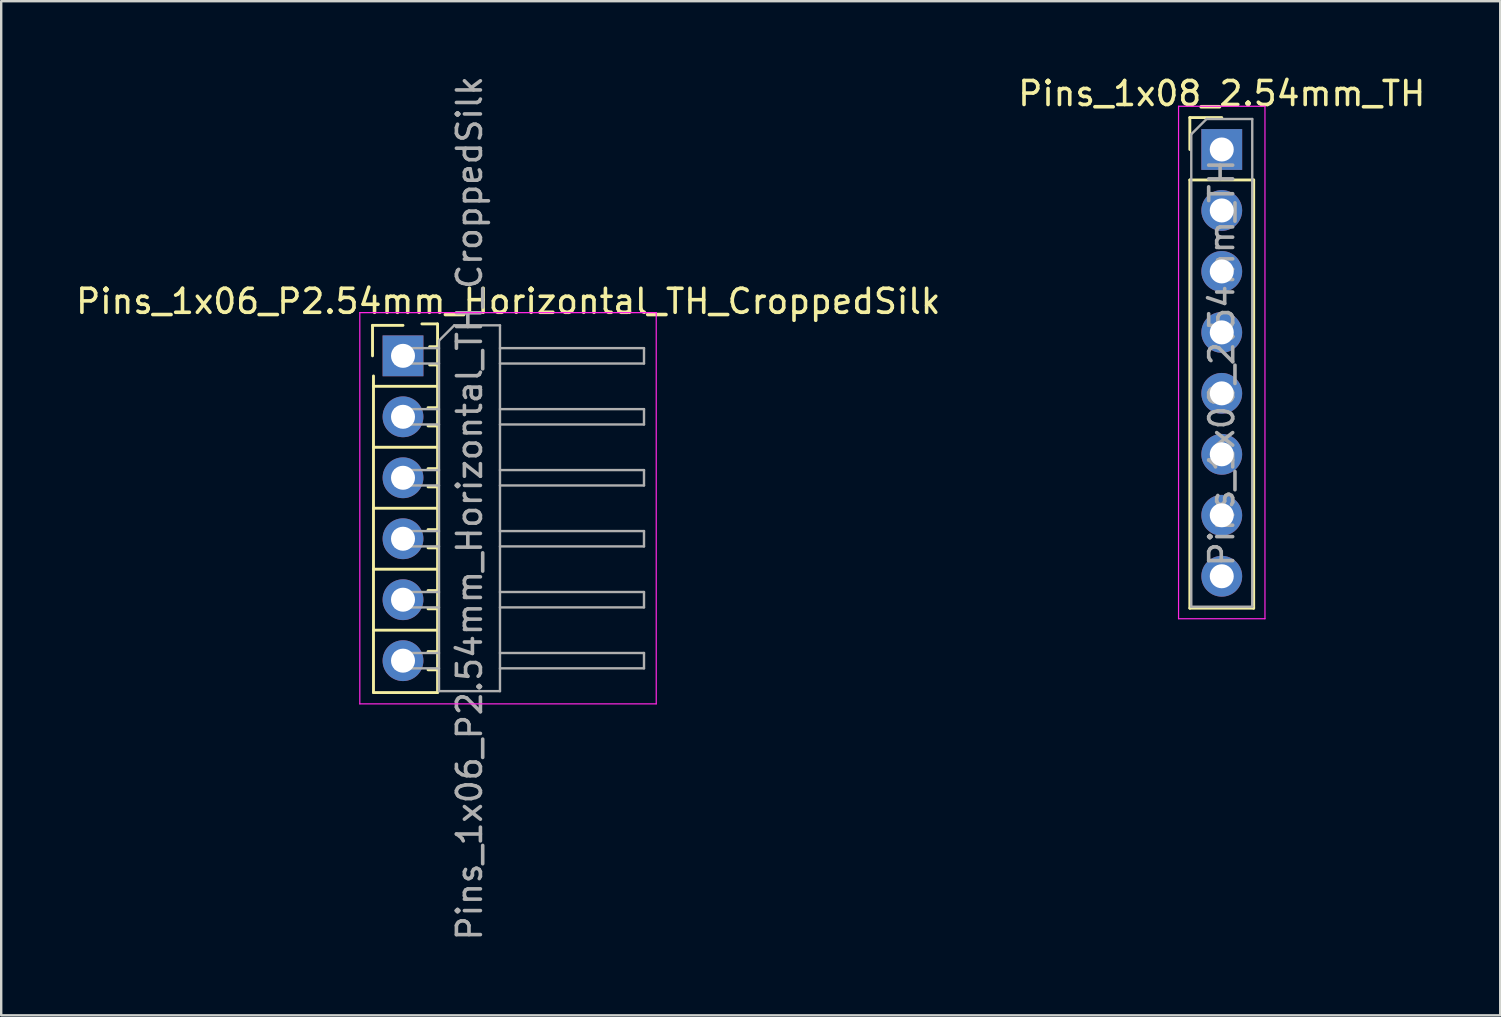
<source format=kicad_pcb>
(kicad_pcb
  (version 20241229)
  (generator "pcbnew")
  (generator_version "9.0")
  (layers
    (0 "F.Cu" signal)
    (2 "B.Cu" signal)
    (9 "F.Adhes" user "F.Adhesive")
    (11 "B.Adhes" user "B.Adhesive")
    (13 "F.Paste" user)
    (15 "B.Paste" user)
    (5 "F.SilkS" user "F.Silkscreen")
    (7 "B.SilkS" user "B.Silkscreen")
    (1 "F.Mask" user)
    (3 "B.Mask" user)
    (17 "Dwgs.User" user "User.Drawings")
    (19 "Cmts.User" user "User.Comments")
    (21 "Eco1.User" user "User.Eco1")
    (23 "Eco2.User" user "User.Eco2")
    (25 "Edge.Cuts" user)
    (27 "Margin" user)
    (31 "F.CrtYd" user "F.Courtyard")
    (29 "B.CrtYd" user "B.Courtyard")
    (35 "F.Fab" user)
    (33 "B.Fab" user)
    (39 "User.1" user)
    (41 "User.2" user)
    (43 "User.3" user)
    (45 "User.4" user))
  (footprint "Pins_1x06_P2.54mm_Horizontal_TH_CroppedSilk"
    (layer "F.Cu")
    (at 13.74 18.125)
    (property "Reference" "Pins_1x06_P2.54mm_Horizontal_TH_CroppedSilk" (at 4.385 -8.62 0) (layer "F.SilkS") (effects (font (size 1 1) (thickness 0.15))))
    (attr through_hole)
    (fp_line (start -1.27 -7.62) (end 0 -7.62) (stroke (width 0.12) (type solid)) (layer "F.SilkS"))
    (fp_line (start -1.27 -6.35) (end -1.27 -7.62) (stroke (width 0.12) (type solid)) (layer "F.SilkS"))
    (fp_line (start -1.23 -5.512) (end -1.23 7.679) (stroke (width 0.12) (type solid)) (layer "F.SilkS"))
    (fp_line (start -1.23 7.679) (end 1.43 7.679) (stroke (width 0.12) (type solid)) (layer "F.SilkS"))
    (fp_line (start 1.043 -4.19) (end 1.44 -4.19) (stroke (width 0.12) (type solid)) (layer "F.SilkS"))
    (fp_line (start 1.043 -3.43) (end 1.44 -3.43) (stroke (width 0.12) (type solid)) (layer "F.SilkS"))
    (fp_line (start 1.043 -1.65) (end 1.44 -1.65) (stroke (width 0.12) (type solid)) (layer "F.SilkS"))
    (fp_line (start 1.043 -0.89) (end 1.44 -0.89) (stroke (width 0.12) (type solid)) (layer "F.SilkS"))
    (fp_line (start 1.043 0.89) (end 1.44 0.89) (stroke (width 0.12) (type solid)) (layer "F.SilkS"))
    (fp_line (start 1.043 1.65) (end 1.44 1.65) (stroke (width 0.12) (type solid)) (layer "F.SilkS"))
    (fp_line (start 1.043 3.43) (end 1.44 3.43) (stroke (width 0.12) (type solid)) (layer "F.SilkS"))
    (fp_line (start 1.043 4.19) (end 1.44 4.19) (stroke (width 0.12) (type solid)) (layer "F.SilkS"))
    (fp_line (start 1.043 5.97) (end 1.44 5.97) (stroke (width 0.12) (type solid)) (layer "F.SilkS"))
    (fp_line (start 1.043 6.73) (end 1.44 6.73) (stroke (width 0.12) (type solid)) (layer "F.SilkS"))
    (fp_line (start 1.11 -6.73) (end 1.44 -6.73) (stroke (width 0.12) (type solid)) (layer "F.SilkS"))
    (fp_line (start 1.11 -5.97) (end 1.44 -5.97) (stroke (width 0.12) (type solid)) (layer "F.SilkS"))
    (fp_line (start 1.43 -7.681) (end 0.787 -7.681) (stroke (width 0.12) (type solid)) (layer "F.SilkS"))
    (fp_line (start 1.43 -5.081) (end -1.23 -5.081) (stroke (width 0.12) (type solid)) (layer "F.SilkS"))
    (fp_line (start 1.43 -2.541) (end -1.23 -2.541) (stroke (width 0.12) (type solid)) (layer "F.SilkS"))
    (fp_line (start 1.43 -0.001) (end -1.23 -0.001) (stroke (width 0.12) (type solid)) (layer "F.SilkS"))
    (fp_line (start 1.43 2.539) (end -1.23 2.539) (stroke (width 0.12) (type solid)) (layer "F.SilkS"))
    (fp_line (start 1.43 5.079) (end -1.23 5.079) (stroke (width 0.12) (type solid)) (layer "F.SilkS"))
    (fp_line (start 1.44 -7.68) (end 1.44 7.68) (stroke (width 0.12) (type solid)) (layer "F.SilkS"))
    (fp_line (start -1.8 -8.15) (end -1.8 8.15) (stroke (width 0.05) (type solid)) (layer "F.CrtYd"))
    (fp_line (start -1.8 8.15) (end 10.55 8.15) (stroke (width 0.05) (type solid)) (layer "F.CrtYd"))
    (fp_line (start 10.55 -8.15) (end -1.8 -8.15) (stroke (width 0.05) (type solid)) (layer "F.CrtYd"))
    (fp_line (start 10.55 8.15) (end 10.55 -8.15) (stroke (width 0.05) (type solid)) (layer "F.CrtYd"))
    (fp_line (start -0.32 -6.67) (end -0.32 -6.03) (stroke (width 0.1) (type solid)) (layer "F.Fab"))
    (fp_line (start -0.32 -6.67) (end 1.5 -6.67) (stroke (width 0.1) (type solid)) (layer "F.Fab"))
    (fp_line (start -0.32 -6.03) (end 1.5 -6.03) (stroke (width 0.1) (type solid)) (layer "F.Fab"))
    (fp_line (start -0.32 -4.13) (end -0.32 -3.49) (stroke (width 0.1) (type solid)) (layer "F.Fab"))
    (fp_line (start -0.32 -4.13) (end 1.5 -4.13) (stroke (width 0.1) (type solid)) (layer "F.Fab"))
    (fp_line (start -0.32 -3.49) (end 1.5 -3.49) (stroke (width 0.1) (type solid)) (layer "F.Fab"))
    (fp_line (start -0.32 -1.59) (end -0.32 -0.95) (stroke (width 0.1) (type solid)) (layer "F.Fab"))
    (fp_line (start -0.32 -1.59) (end 1.5 -1.59) (stroke (width 0.1) (type solid)) (layer "F.Fab"))
    (fp_line (start -0.32 -0.95) (end 1.5 -0.95) (stroke (width 0.1) (type solid)) (layer "F.Fab"))
    (fp_line (start -0.32 0.95) (end -0.32 1.59) (stroke (width 0.1) (type solid)) (layer "F.Fab"))
    (fp_line (start -0.32 0.95) (end 1.5 0.95) (stroke (width 0.1) (type solid)) (layer "F.Fab"))
    (fp_line (start -0.32 1.59) (end 1.5 1.59) (stroke (width 0.1) (type solid)) (layer "F.Fab"))
    (fp_line (start -0.32 3.49) (end -0.32 4.13) (stroke (width 0.1) (type solid)) (layer "F.Fab"))
    (fp_line (start -0.32 3.49) (end 1.5 3.49) (stroke (width 0.1) (type solid)) (layer "F.Fab"))
    (fp_line (start -0.32 4.13) (end 1.5 4.13) (stroke (width 0.1) (type solid)) (layer "F.Fab"))
    (fp_line (start -0.32 6.03) (end -0.32 6.67) (stroke (width 0.1) (type solid)) (layer "F.Fab"))
    (fp_line (start -0.32 6.03) (end 1.5 6.03) (stroke (width 0.1) (type solid)) (layer "F.Fab"))
    (fp_line (start -0.32 6.67) (end 1.5 6.67) (stroke (width 0.1) (type solid)) (layer "F.Fab"))
    (fp_line (start 1.5 -6.985) (end 2.135 -7.62) (stroke (width 0.1) (type solid)) (layer "F.Fab"))
    (fp_line (start 1.5 7.62) (end 1.5 -6.985) (stroke (width 0.1) (type solid)) (layer "F.Fab"))
    (fp_line (start 2.135 -7.62) (end 4.04 -7.62) (stroke (width 0.1) (type solid)) (layer "F.Fab"))
    (fp_line (start 4.04 -7.62) (end 4.04 7.62) (stroke (width 0.1) (type solid)) (layer "F.Fab"))
    (fp_line (start 4.04 -6.67) (end 10.04 -6.67) (stroke (width 0.1) (type solid)) (layer "F.Fab"))
    (fp_line (start 4.04 -6.03) (end 10.04 -6.03) (stroke (width 0.1) (type solid)) (layer "F.Fab"))
    (fp_line (start 4.04 -4.13) (end 10.04 -4.13) (stroke (width 0.1) (type solid)) (layer "F.Fab"))
    (fp_line (start 4.04 -3.49) (end 10.04 -3.49) (stroke (width 0.1) (type solid)) (layer "F.Fab"))
    (fp_line (start 4.04 -1.59) (end 10.04 -1.59) (stroke (width 0.1) (type solid)) (layer "F.Fab"))
    (fp_line (start 4.04 -0.95) (end 10.04 -0.95) (stroke (width 0.1) (type solid)) (layer "F.Fab"))
    (fp_line (start 4.04 0.95) (end 10.04 0.95) (stroke (width 0.1) (type solid)) (layer "F.Fab"))
    (fp_line (start 4.04 1.59) (end 10.04 1.59) (stroke (width 0.1) (type solid)) (layer "F.Fab"))
    (fp_line (start 4.04 3.49) (end 10.04 3.49) (stroke (width 0.1) (type solid)) (layer "F.Fab"))
    (fp_line (start 4.04 4.13) (end 10.04 4.13) (stroke (width 0.1) (type solid)) (layer "F.Fab"))
    (fp_line (start 4.04 6.03) (end 10.04 6.03) (stroke (width 0.1) (type solid)) (layer "F.Fab"))
    (fp_line (start 4.04 6.67) (end 10.04 6.67) (stroke (width 0.1) (type solid)) (layer "F.Fab"))
    (fp_line (start 4.04 7.62) (end 1.5 7.62) (stroke (width 0.1) (type solid)) (layer "F.Fab"))
    (fp_line (start 10.04 -6.67) (end 10.04 -6.03) (stroke (width 0.1) (type solid)) (layer "F.Fab"))
    (fp_line (start 10.04 -4.13) (end 10.04 -3.49) (stroke (width 0.1) (type solid)) (layer "F.Fab"))
    (fp_line (start 10.04 -1.59) (end 10.04 -0.95) (stroke (width 0.1) (type solid)) (layer "F.Fab"))
    (fp_line (start 10.04 0.95) (end 10.04 1.59) (stroke (width 0.1) (type solid)) (layer "F.Fab"))
    (fp_line (start 10.04 3.49) (end 10.04 4.13) (stroke (width 0.1) (type solid)) (layer "F.Fab"))
    (fp_line (start 10.04 6.03) (end 10.04 6.67) (stroke (width 0.1) (type solid)) (layer "F.Fab"))
    (fp_text user "${REFERENCE}" (at 2.77 0 90) (layer "F.Fab") (effects (font (size 1 1) (thickness 0.15))))
    (pad "1" thru_hole rect (at 0 -6.35) (size 1.7 1.7) (drill 1) (layers "*.Cu" "*.Mask"))
    (pad "2" thru_hole oval (at 0 -3.81) (size 1.7 1.7) (drill 1) (layers "*.Cu" "*.Mask"))
    (pad "3" thru_hole oval (at 0 -1.27) (size 1.7 1.7) (drill 1) (layers "*.Cu" "*.Mask"))
    (pad "4" thru_hole oval (at 0 1.27) (size 1.7 1.7) (drill 1) (layers "*.Cu" "*.Mask"))
    (pad "5" thru_hole oval (at 0 3.81) (size 1.7 1.7) (drill 1) (layers "*.Cu" "*.Mask"))
    (pad "6" thru_hole oval (at 0 6.35) (size 1.7 1.7) (drill 1) (layers "*.Cu" "*.Mask")))
  (footprint "Pins_1x08_2.54mm_TH"
    (layer "F.Cu")
    (at 47.851 3.178)
    (property "Reference" "Pins_1x08_2.54mm_TH" (at 0 -2.33 0) (layer "F.SilkS") (effects (font (size 1 1) (thickness 0.15))))
    (attr through_hole)
    (fp_line (start -1.33 -1.33) (end 0 -1.33) (stroke (width 0.12) (type solid)) (layer "F.SilkS"))
    (fp_line (start -1.33 0) (end -1.33 -1.33) (stroke (width 0.12) (type solid)) (layer "F.SilkS"))
    (fp_line (start -1.33 1.27) (end -1.33 19.11) (stroke (width 0.12) (type solid)) (layer "F.SilkS"))
    (fp_line (start -1.33 1.27) (end 1.33 1.27) (stroke (width 0.12) (type solid)) (layer "F.SilkS"))
    (fp_line (start -1.33 19.11) (end 1.33 19.11) (stroke (width 0.12) (type solid)) (layer "F.SilkS"))
    (fp_line (start 1.33 1.27) (end 1.33 19.11) (stroke (width 0.12) (type solid)) (layer "F.SilkS"))
    (fp_line (start -1.8 -1.8) (end -1.8 19.55) (stroke (width 0.05) (type solid)) (layer "F.CrtYd"))
    (fp_line (start -1.8 19.55) (end 1.8 19.55) (stroke (width 0.05) (type solid)) (layer "F.CrtYd"))
    (fp_line (start 1.8 -1.8) (end -1.8 -1.8) (stroke (width 0.05) (type solid)) (layer "F.CrtYd"))
    (fp_line (start 1.8 19.55) (end 1.8 -1.8) (stroke (width 0.05) (type solid)) (layer "F.CrtYd"))
    (fp_line (start -1.27 -0.635) (end -0.635 -1.27) (stroke (width 0.1) (type solid)) (layer "F.Fab"))
    (fp_line (start -1.27 19.05) (end -1.27 -0.635) (stroke (width 0.1) (type solid)) (layer "F.Fab"))
    (fp_line (start -0.635 -1.27) (end 1.27 -1.27) (stroke (width 0.1) (type solid)) (layer "F.Fab"))
    (fp_line (start 1.27 -1.27) (end 1.27 19.05) (stroke (width 0.1) (type solid)) (layer "F.Fab"))
    (fp_line (start 1.27 19.05) (end -1.27 19.05) (stroke (width 0.1) (type solid)) (layer "F.Fab"))
    (fp_text user "${REFERENCE}" (at 0 8.89 90) (layer "F.Fab") (effects (font (size 1 1) (thickness 0.15))))
    (pad "1" thru_hole rect (at 0 0) (size 1.7 1.7) (drill 1) (layers "*.Cu" "*.Mask"))
    (pad "2" thru_hole oval (at 0 2.54) (size 1.7 1.7) (drill 1) (layers "*.Cu" "*.Mask"))
    (pad "3" thru_hole oval (at 0 5.08) (size 1.7 1.7) (drill 1) (layers "*.Cu" "*.Mask"))
    (pad "4" thru_hole oval (at 0 7.62) (size 1.7 1.7) (drill 1) (layers "*.Cu" "*.Mask"))
    (pad "5" thru_hole oval (at 0 10.16) (size 1.7 1.7) (drill 1) (layers "*.Cu" "*.Mask"))
    (pad "6" thru_hole oval (at 0 12.7) (size 1.7 1.7) (drill 1) (layers "*.Cu" "*.Mask"))
    (pad "7" thru_hole oval (at 0 15.24) (size 1.7 1.7) (drill 1) (layers "*.Cu" "*.Mask"))
    (pad "8" thru_hole oval (at 0 17.78) (size 1.7 1.7) (drill 1) (layers "*.Cu" "*.Mask")))
  (gr_rect
    (start -3 -3)
    (end 59.452 39.25)
    (stroke (width 0.1) (type default))
    (fill no)
    (layer "Edge.Cuts")))
</source>
